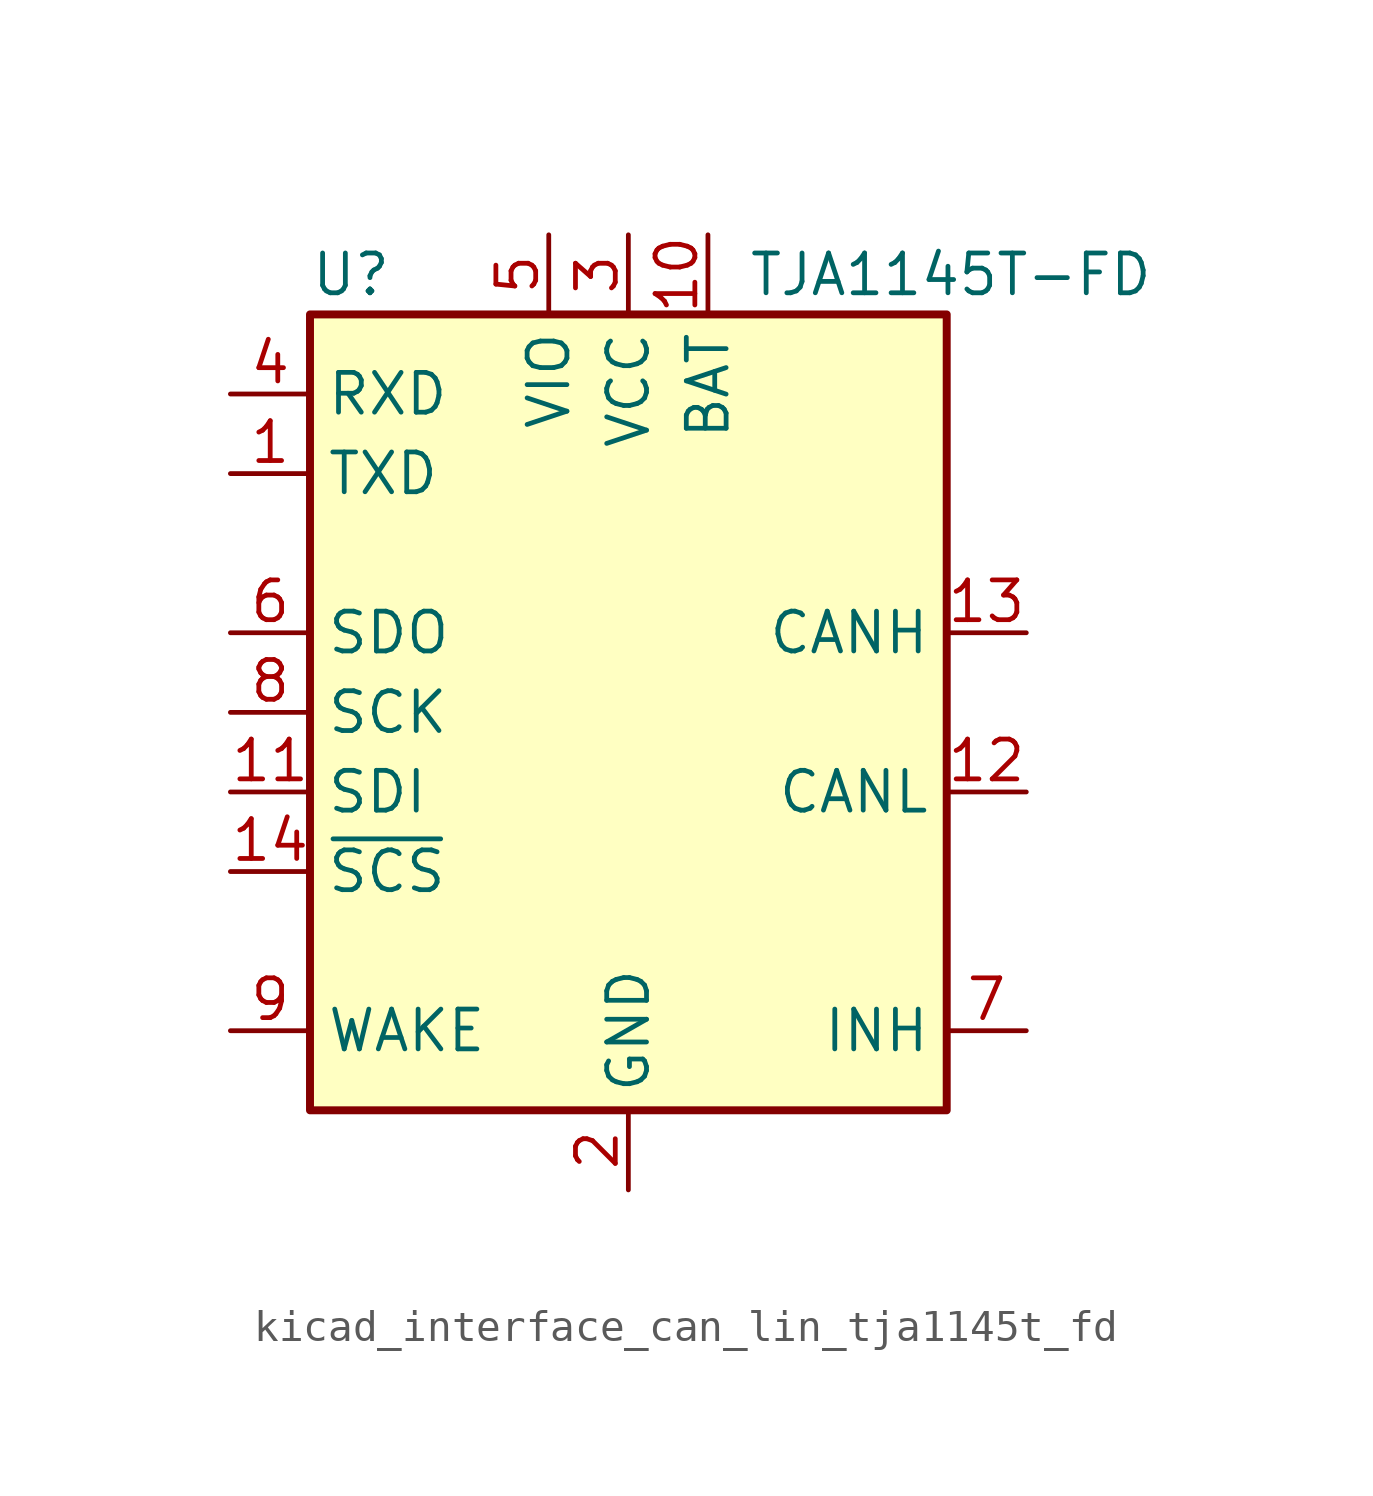
<source format=kicad_sym>
(kicad_symbol_lib
  (version 20220914)
  (generator kicad_symbol_editor)
  (symbol "kicad_interface_can_lin_tja1145t_fd"
    (property "Reference" "U"
      (at -10.16 13.97 0)
      (effects (font (size 1.27 1.27)) (justify left)))
    (property "Value" "TJA1145T-FD"
      (at 3.81 13.97 0)
      (effects (font (size 1.27 1.27)) (justify left)))
    (symbol "kicad_interface_can_lin_tja1145t_fd_0_1"
      (rectangle (start -10.16 12.7) (end 10.16 -12.7) (stroke (width 0.254) (type default)) (fill (type background))))
    (symbol "kicad_interface_can_lin_tja1145t_fd_1_1"
      (pin input line (at -12.7 7.62 0) (length 2.54) (name "TXD" (effects (font (size 1.27 1.27)))) (number "1" (effects (font (size 1.27 1.27)))))
      (pin power_in line (at 2.54 15.24 270) (length 2.54) (name "BAT" (effects (font (size 1.27 1.27)))) (number "10" (effects (font (size 1.27 1.27)))))
      (pin input line (at -12.7 -2.54 0) (length 2.54) (name "SDI" (effects (font (size 1.27 1.27)))) (number "11" (effects (font (size 1.27 1.27)))))
      (pin bidirectional line (at 12.7 -2.54 180) (length 2.54) (name "CANL" (effects (font (size 1.27 1.27)))) (number "12" (effects (font (size 1.27 1.27)))))
      (pin bidirectional line (at 12.7 2.54 180) (length 2.54) (name "CANH" (effects (font (size 1.27 1.27)))) (number "13" (effects (font (size 1.27 1.27)))))
      (pin input line (at -12.7 -5.08 0) (length 2.54) (name "~{SCS}" (effects (font (size 1.27 1.27)))) (number "14" (effects (font (size 1.27 1.27)))))
      (pin power_in line (at 0 -15.24 90) (length 2.54) (name "GND" (effects (font (size 1.27 1.27)))) (number "2" (effects (font (size 1.27 1.27)))))
      (pin power_in line (at 0 15.24 270) (length 2.54) (name "VCC" (effects (font (size 1.27 1.27)))) (number "3" (effects (font (size 1.27 1.27)))))
      (pin output line (at -12.7 10.16 0) (length 2.54) (name "RXD" (effects (font (size 1.27 1.27)))) (number "4" (effects (font (size 1.27 1.27)))))
      (pin power_in line (at -2.54 15.24 270) (length 2.54) (name "VIO" (effects (font (size 1.27 1.27)))) (number "5" (effects (font (size 1.27 1.27)))))
      (pin output line (at -12.7 2.54 0) (length 2.54) (name "SDO" (effects (font (size 1.27 1.27)))) (number "6" (effects (font (size 1.27 1.27)))))
      (pin open_emitter line (at 12.7 -10.16 180) (length 2.54) (name "INH" (effects (font (size 1.27 1.27)))) (number "7" (effects (font (size 1.27 1.27)))))
      (pin input line (at -12.7 0 0) (length 2.54) (name "SCK" (effects (font (size 1.27 1.27)))) (number "8" (effects (font (size 1.27 1.27)))))
      (pin input line (at -12.7 -10.16 0) (length 2.54) (name "WAKE" (effects (font (size 1.27 1.27)))) (number "9" (effects (font (size 1.27 1.27))))))))
</source>
